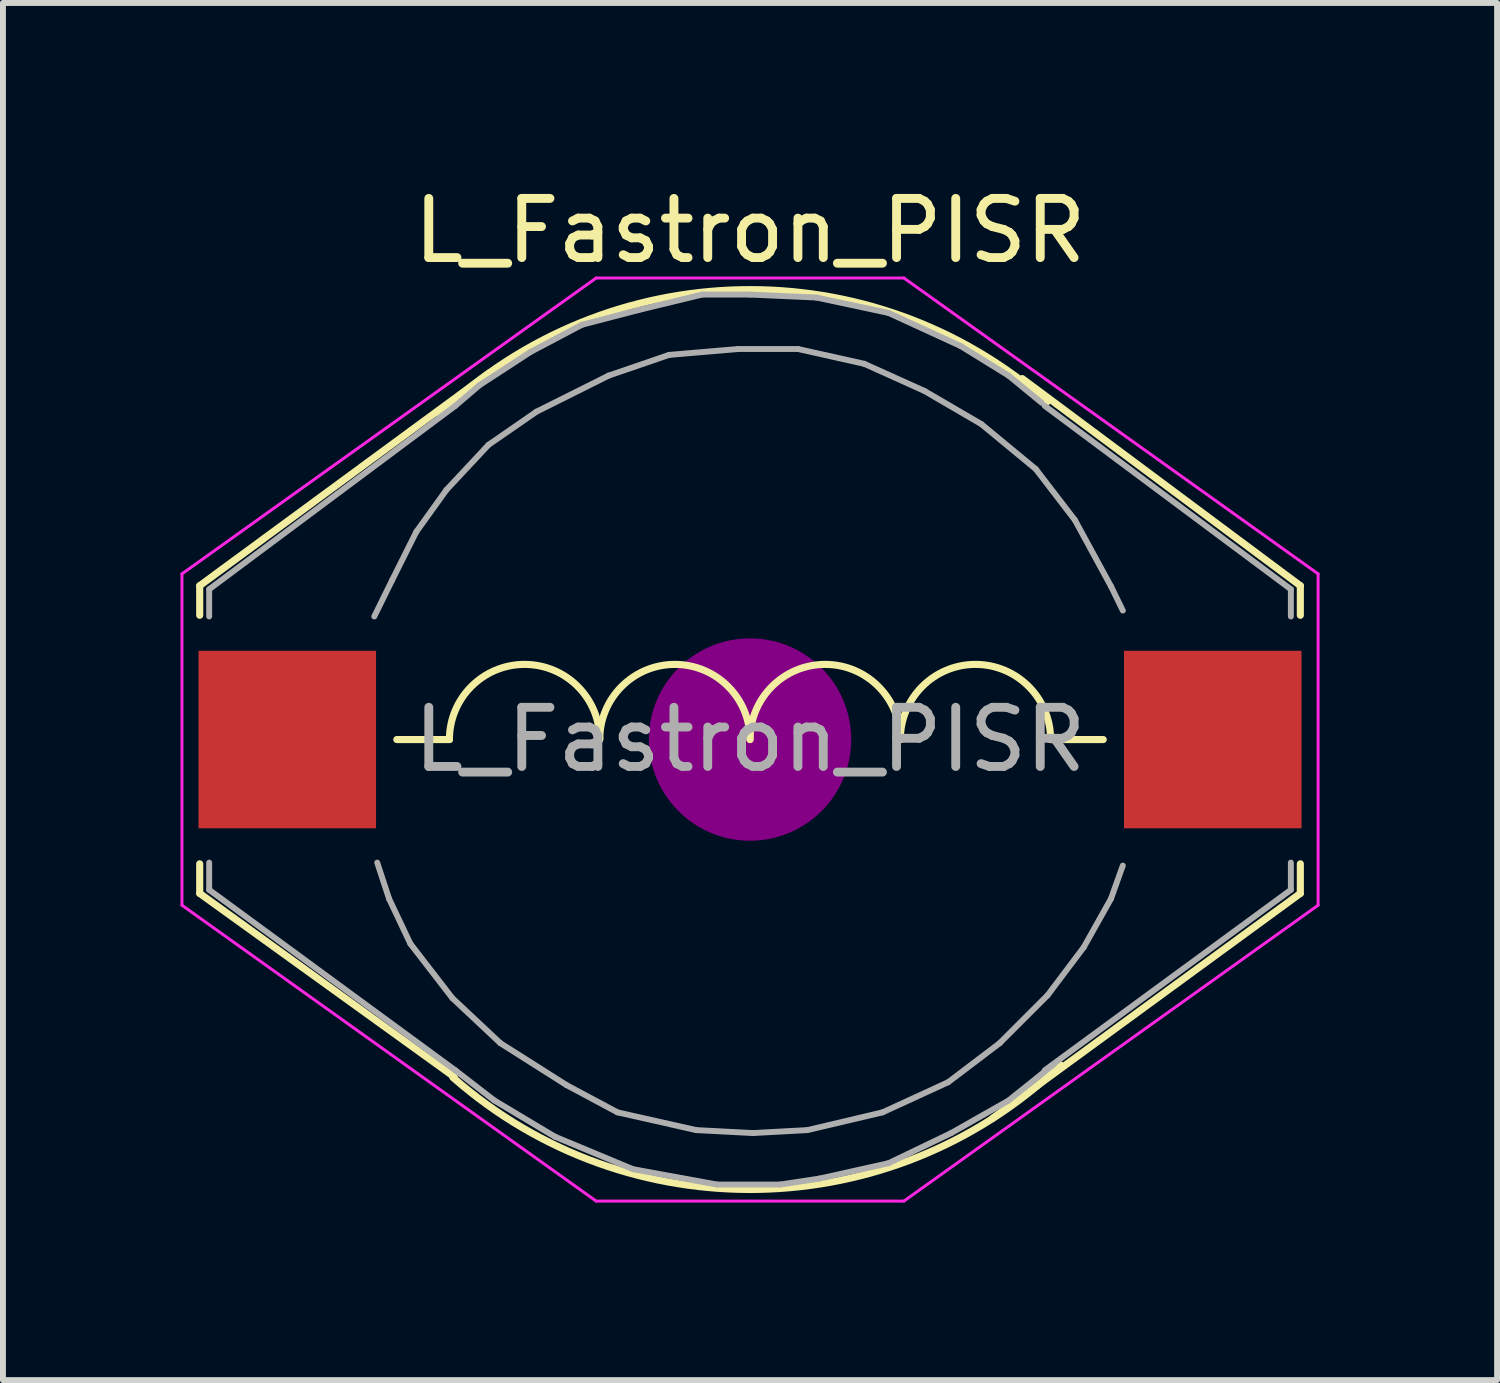
<source format=kicad_pcb>
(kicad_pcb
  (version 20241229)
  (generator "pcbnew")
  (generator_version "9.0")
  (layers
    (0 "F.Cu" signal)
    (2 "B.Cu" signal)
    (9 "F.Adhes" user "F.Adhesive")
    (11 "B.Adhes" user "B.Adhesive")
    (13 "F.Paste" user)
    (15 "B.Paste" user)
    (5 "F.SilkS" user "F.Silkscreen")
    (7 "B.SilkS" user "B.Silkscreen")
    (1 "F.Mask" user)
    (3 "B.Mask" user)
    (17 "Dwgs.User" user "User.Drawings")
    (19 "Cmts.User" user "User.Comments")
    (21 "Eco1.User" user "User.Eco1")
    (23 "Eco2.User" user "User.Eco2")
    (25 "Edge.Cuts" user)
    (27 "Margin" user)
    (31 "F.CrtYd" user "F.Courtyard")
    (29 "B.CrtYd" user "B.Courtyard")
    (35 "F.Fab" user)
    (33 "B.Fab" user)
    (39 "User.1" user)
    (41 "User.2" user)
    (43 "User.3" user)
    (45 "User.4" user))
  (footprint "L_Fastron_PISR"
    (layer "F.Cu")
    (at 9.625 9.448)
    (property "Reference" "L_Fastron_PISR" (at 0 -8.6 0) (layer "F.SilkS") (effects (font (size 1 1) (thickness 0.15))))
    (attr smd)
    (fp_line (start -9.3 -2.6) (end -9.3 -2.1) (stroke (width 0.12) (type solid)) (layer "F.SilkS"))
    (fp_line (start -9.3 -2.6) (end -4.4 -6.2) (stroke (width 0.12) (type solid)) (layer "F.SilkS"))
    (fp_line (start -9.3 2.6) (end -9.3 2.1) (stroke (width 0.12) (type solid)) (layer "F.SilkS"))
    (fp_line (start -5.08 0) (end -5.969 0) (stroke (width 0.12) (type solid)) (layer "F.SilkS"))
    (fp_line (start -5 5.7) (end -9.3 2.6) (stroke (width 0.12) (type solid)) (layer "F.SilkS"))
    (fp_line (start 4.1 6.4) (end 9.3 2.6) (stroke (width 0.12) (type solid)) (layer "F.SilkS"))
    (fp_line (start 4.6 -6.1) (end 9.3 -2.6) (stroke (width 0.12) (type solid)) (layer "F.SilkS"))
    (fp_line (start 5.969 0) (end 5.08 0) (stroke (width 0.12) (type solid)) (layer "F.SilkS"))
    (fp_line (start 9.3 -2.6) (end 9.3 -2.1) (stroke (width 0.12) (type solid)) (layer "F.SilkS"))
    (fp_line (start 9.3 2.6) (end 9.3 2.1) (stroke (width 0.12) (type solid)) (layer "F.SilkS"))
    (fp_arc (start -5.25 -5.5) (mid -0.15496 -7.601874) (end 5.021503 -5.709379) (stroke (width 0.12) (type solid)) (layer "F.SilkS"))
    (fp_arc (start -5.08 0) (mid -3.81 -1.27) (end -2.54 0) (stroke (width 0.12) (type solid)) (layer "F.SilkS"))
    (fp_arc (start -2.54 0) (mid -1.27 -1.27) (end 0 0) (stroke (width 0.12) (type solid)) (layer "F.SilkS"))
    (fp_arc (start 0 0) (mid 1.27 -1.27) (end 2.54 0) (stroke (width 0.12) (type solid)) (layer "F.SilkS"))
    (fp_arc (start 2.54 0) (mid 3.81 -1.27) (end 5.08 0) (stroke (width 0.12) (type solid)) (layer "F.SilkS"))
    (fp_arc (start 5.25 5.5) (mid 0.15496 7.601874) (end -5.021503 5.709379) (stroke (width 0.12) (type solid)) (layer "F.SilkS"))
    (fp_line (start 0 -0.25) (end 0 0.25) (stroke (width 0.38) (type solid)) (layer "F.Adhes"))
    (fp_circle (center 0 0) (end 0 0.25) (stroke (width 0.38) (type solid)) (fill no) (layer "F.Adhes"))
    (fp_circle (center 0 0) (end 0 0.51) (stroke (width 0.38) (type solid)) (fill no) (layer "F.Adhes"))
    (fp_circle (center 0 0) (end 0 0.76) (stroke (width 0.38) (type solid)) (fill no) (layer "F.Adhes"))
    (fp_circle (center 0 0) (end 0 1.02) (stroke (width 0.38) (type solid)) (fill no) (layer "F.Adhes"))
    (fp_circle (center 0 0) (end 0 1.27) (stroke (width 0.38) (type solid)) (fill no) (layer "F.Adhes"))
    (fp_circle (center 0 0) (end 0 1.52) (stroke (width 0.38) (type solid)) (fill no) (layer "F.Adhes"))
    (fp_line (start -9.6 -2.8) (end -2.6 -7.8) (stroke (width 0.05) (type solid)) (layer "F.CrtYd"))
    (fp_line (start -9.6 2.8) (end -9.6 -2.8) (stroke (width 0.05) (type solid)) (layer "F.CrtYd"))
    (fp_line (start -2.6 -7.8) (end 2.6 -7.8) (stroke (width 0.05) (type solid)) (layer "F.CrtYd"))
    (fp_line (start -2.6 7.8) (end -9.6 2.8) (stroke (width 0.05) (type solid)) (layer "F.CrtYd"))
    (fp_line (start 2.6 -7.8) (end 9.6 -2.8) (stroke (width 0.05) (type solid)) (layer "F.CrtYd"))
    (fp_line (start 2.6 7.8) (end -2.6 7.8) (stroke (width 0.05) (type solid)) (layer "F.CrtYd"))
    (fp_line (start 9.6 -2.8) (end 9.6 2.8) (stroke (width 0.05) (type solid)) (layer "F.CrtYd"))
    (fp_line (start 9.6 2.8) (end 2.6 7.8) (stroke (width 0.05) (type solid)) (layer "F.CrtYd"))
    (fp_line (start -9.14 -2.54) (end -4.98 -5.64) (stroke (width 0.1) (type solid)) (layer "F.Fab"))
    (fp_line (start -9.14 -2.08) (end -9.14 -2.54) (stroke (width 0.1) (type solid)) (layer "F.Fab"))
    (fp_line (start -9.14 2.08) (end -9.14 2.54) (stroke (width 0.1) (type solid)) (layer "F.Fab"))
    (fp_line (start -9.14 2.54) (end -4.98 5.59) (stroke (width 0.1) (type solid)) (layer "F.Fab"))
    (fp_line (start -6.35 -2.08) (end -6.05 -2.69) (stroke (width 0.1) (type solid)) (layer "F.Fab"))
    (fp_line (start -6.3 2.08) (end -6.1 2.69) (stroke (width 0.1) (type solid)) (layer "F.Fab"))
    (fp_line (start -6.1 2.69) (end -5.74 3.45) (stroke (width 0.1) (type solid)) (layer "F.Fab"))
    (fp_line (start -6.05 -2.69) (end -5.64 -3.51) (stroke (width 0.1) (type solid)) (layer "F.Fab"))
    (fp_line (start -5.74 3.45) (end -5.03 4.37) (stroke (width 0.1) (type solid)) (layer "F.Fab"))
    (fp_line (start -5.64 -3.51) (end -5.13 -4.22) (stroke (width 0.1) (type solid)) (layer "F.Fab"))
    (fp_line (start -5.13 -4.22) (end -4.42 -4.98) (stroke (width 0.1) (type solid)) (layer "F.Fab"))
    (fp_line (start -5.03 4.37) (end -4.22 5.13) (stroke (width 0.1) (type solid)) (layer "F.Fab"))
    (fp_line (start -4.98 -5.64) (end -4.57 -5.99) (stroke (width 0.1) (type solid)) (layer "F.Fab"))
    (fp_line (start -4.98 5.59) (end -4.32 6.1) (stroke (width 0.1) (type solid)) (layer "F.Fab"))
    (fp_line (start -4.57 -5.99) (end -3.71 -6.55) (stroke (width 0.1) (type solid)) (layer "F.Fab"))
    (fp_line (start -4.42 -4.98) (end -3.61 -5.54) (stroke (width 0.1) (type solid)) (layer "F.Fab"))
    (fp_line (start -4.32 6.1) (end -3.3 6.71) (stroke (width 0.1) (type solid)) (layer "F.Fab"))
    (fp_line (start -4.22 5.13) (end -3.1 5.84) (stroke (width 0.1) (type solid)) (layer "F.Fab"))
    (fp_line (start -3.71 -6.55) (end -2.84 -7.01) (stroke (width 0.1) (type solid)) (layer "F.Fab"))
    (fp_line (start -3.61 -5.54) (end -2.39 -6.15) (stroke (width 0.1) (type solid)) (layer "F.Fab"))
    (fp_line (start -3.3 6.71) (end -1.98 7.26) (stroke (width 0.1) (type solid)) (layer "F.Fab"))
    (fp_line (start -3.1 5.84) (end -2.24 6.3) (stroke (width 0.1) (type solid)) (layer "F.Fab"))
    (fp_line (start -2.84 -7.01) (end -1.88 -7.26) (stroke (width 0.1) (type solid)) (layer "F.Fab"))
    (fp_line (start -2.39 -6.15) (end -1.37 -6.5) (stroke (width 0.1) (type solid)) (layer "F.Fab"))
    (fp_line (start -2.24 6.3) (end -0.91 6.6) (stroke (width 0.1) (type solid)) (layer "F.Fab"))
    (fp_line (start -1.98 7.26) (end -0.56 7.52) (stroke (width 0.1) (type solid)) (layer "F.Fab"))
    (fp_line (start -1.88 -7.26) (end -0.81 -7.52) (stroke (width 0.1) (type solid)) (layer "F.Fab"))
    (fp_line (start -1.37 -6.5) (end -0.2 -6.6) (stroke (width 0.1) (type solid)) (layer "F.Fab"))
    (fp_line (start -0.91 6.6) (end 0.05 6.65) (stroke (width 0.1) (type solid)) (layer "F.Fab"))
    (fp_line (start -0.81 -7.52) (end 0 -7.52) (stroke (width 0.1) (type solid)) (layer "F.Fab"))
    (fp_line (start -0.56 7.52) (end 0.51 7.52) (stroke (width 0.1) (type solid)) (layer "F.Fab"))
    (fp_line (start -0.2 -6.6) (end 0.81 -6.6) (stroke (width 0.1) (type solid)) (layer "F.Fab"))
    (fp_line (start 0 -7.52) (end 1.12 -7.47) (stroke (width 0.1) (type solid)) (layer "F.Fab"))
    (fp_line (start 0.05 6.65) (end 0.97 6.6) (stroke (width 0.1) (type solid)) (layer "F.Fab"))
    (fp_line (start 0.51 7.52) (end 1.17 7.42) (stroke (width 0.1) (type solid)) (layer "F.Fab"))
    (fp_line (start 0.81 -6.6) (end 1.93 -6.35) (stroke (width 0.1) (type solid)) (layer "F.Fab"))
    (fp_line (start 0.97 6.6) (end 2.24 6.3) (stroke (width 0.1) (type solid)) (layer "F.Fab"))
    (fp_line (start 1.12 -7.47) (end 2.34 -7.21) (stroke (width 0.1) (type solid)) (layer "F.Fab"))
    (fp_line (start 1.17 7.42) (end 2.34 7.16) (stroke (width 0.1) (type solid)) (layer "F.Fab"))
    (fp_line (start 1.93 -6.35) (end 2.95 -5.89) (stroke (width 0.1) (type solid)) (layer "F.Fab"))
    (fp_line (start 2.24 6.3) (end 3.35 5.79) (stroke (width 0.1) (type solid)) (layer "F.Fab"))
    (fp_line (start 2.34 -7.21) (end 3.56 -6.65) (stroke (width 0.1) (type solid)) (layer "F.Fab"))
    (fp_line (start 2.34 7.16) (end 3.4 6.65) (stroke (width 0.1) (type solid)) (layer "F.Fab"))
    (fp_line (start 2.95 -5.89) (end 3.91 -5.33) (stroke (width 0.1) (type solid)) (layer "F.Fab"))
    (fp_line (start 3.35 5.79) (end 4.22 5.13) (stroke (width 0.1) (type solid)) (layer "F.Fab"))
    (fp_line (start 3.4 6.65) (end 4.37 6.1) (stroke (width 0.1) (type solid)) (layer "F.Fab"))
    (fp_line (start 3.56 -6.65) (end 4.37 -6.15) (stroke (width 0.1) (type solid)) (layer "F.Fab"))
    (fp_line (start 3.91 -5.33) (end 4.83 -4.57) (stroke (width 0.1) (type solid)) (layer "F.Fab"))
    (fp_line (start 4.22 5.13) (end 5.03 4.32) (stroke (width 0.1) (type solid)) (layer "F.Fab"))
    (fp_line (start 4.37 -6.15) (end 4.93 -5.69) (stroke (width 0.1) (type solid)) (layer "F.Fab"))
    (fp_line (start 4.37 6.1) (end 5.13 5.49) (stroke (width 0.1) (type solid)) (layer "F.Fab"))
    (fp_line (start 4.83 -4.57) (end 5.49 -3.71) (stroke (width 0.1) (type solid)) (layer "F.Fab"))
    (fp_line (start 5.03 4.32) (end 5.64 3.51) (stroke (width 0.1) (type solid)) (layer "F.Fab"))
    (fp_line (start 5.49 -3.71) (end 6.1 -2.59) (stroke (width 0.1) (type solid)) (layer "F.Fab"))
    (fp_line (start 5.64 3.51) (end 6.1 2.69) (stroke (width 0.1) (type solid)) (layer "F.Fab"))
    (fp_line (start 6.1 -2.59) (end 6.3 -2.18) (stroke (width 0.1) (type solid)) (layer "F.Fab"))
    (fp_line (start 6.1 2.69) (end 6.3 2.13) (stroke (width 0.1) (type solid)) (layer "F.Fab"))
    (fp_line (start 9.14 -2.54) (end 4.98 -5.64) (stroke (width 0.1) (type solid)) (layer "F.Fab"))
    (fp_line (start 9.14 -2.08) (end 9.14 -2.54) (stroke (width 0.1) (type solid)) (layer "F.Fab"))
    (fp_line (start 9.14 2.08) (end 9.14 2.54) (stroke (width 0.1) (type solid)) (layer "F.Fab"))
    (fp_line (start 9.14 2.54) (end 4.98 5.59) (stroke (width 0.1) (type solid)) (layer "F.Fab"))
    (fp_text user "${REFERENCE}" (at 0 0 0) (layer "F.Fab") (effects (font (size 1 1) (thickness 0.15))))
    (pad "1" smd rect (at 7.82 0) (size 3 3) (layers "F.Cu" "F.Mask" "F.Paste"))
    (pad "2" smd rect (at -7.82 0) (size 3 3) (layers "F.Cu" "F.Mask" "F.Paste")))
  (gr_rect
    (start -3 -3)
    (end 22.25 20.273)
    (stroke (width 0.1) (type default))
    (fill no)
    (layer "Edge.Cuts")))
</source>
